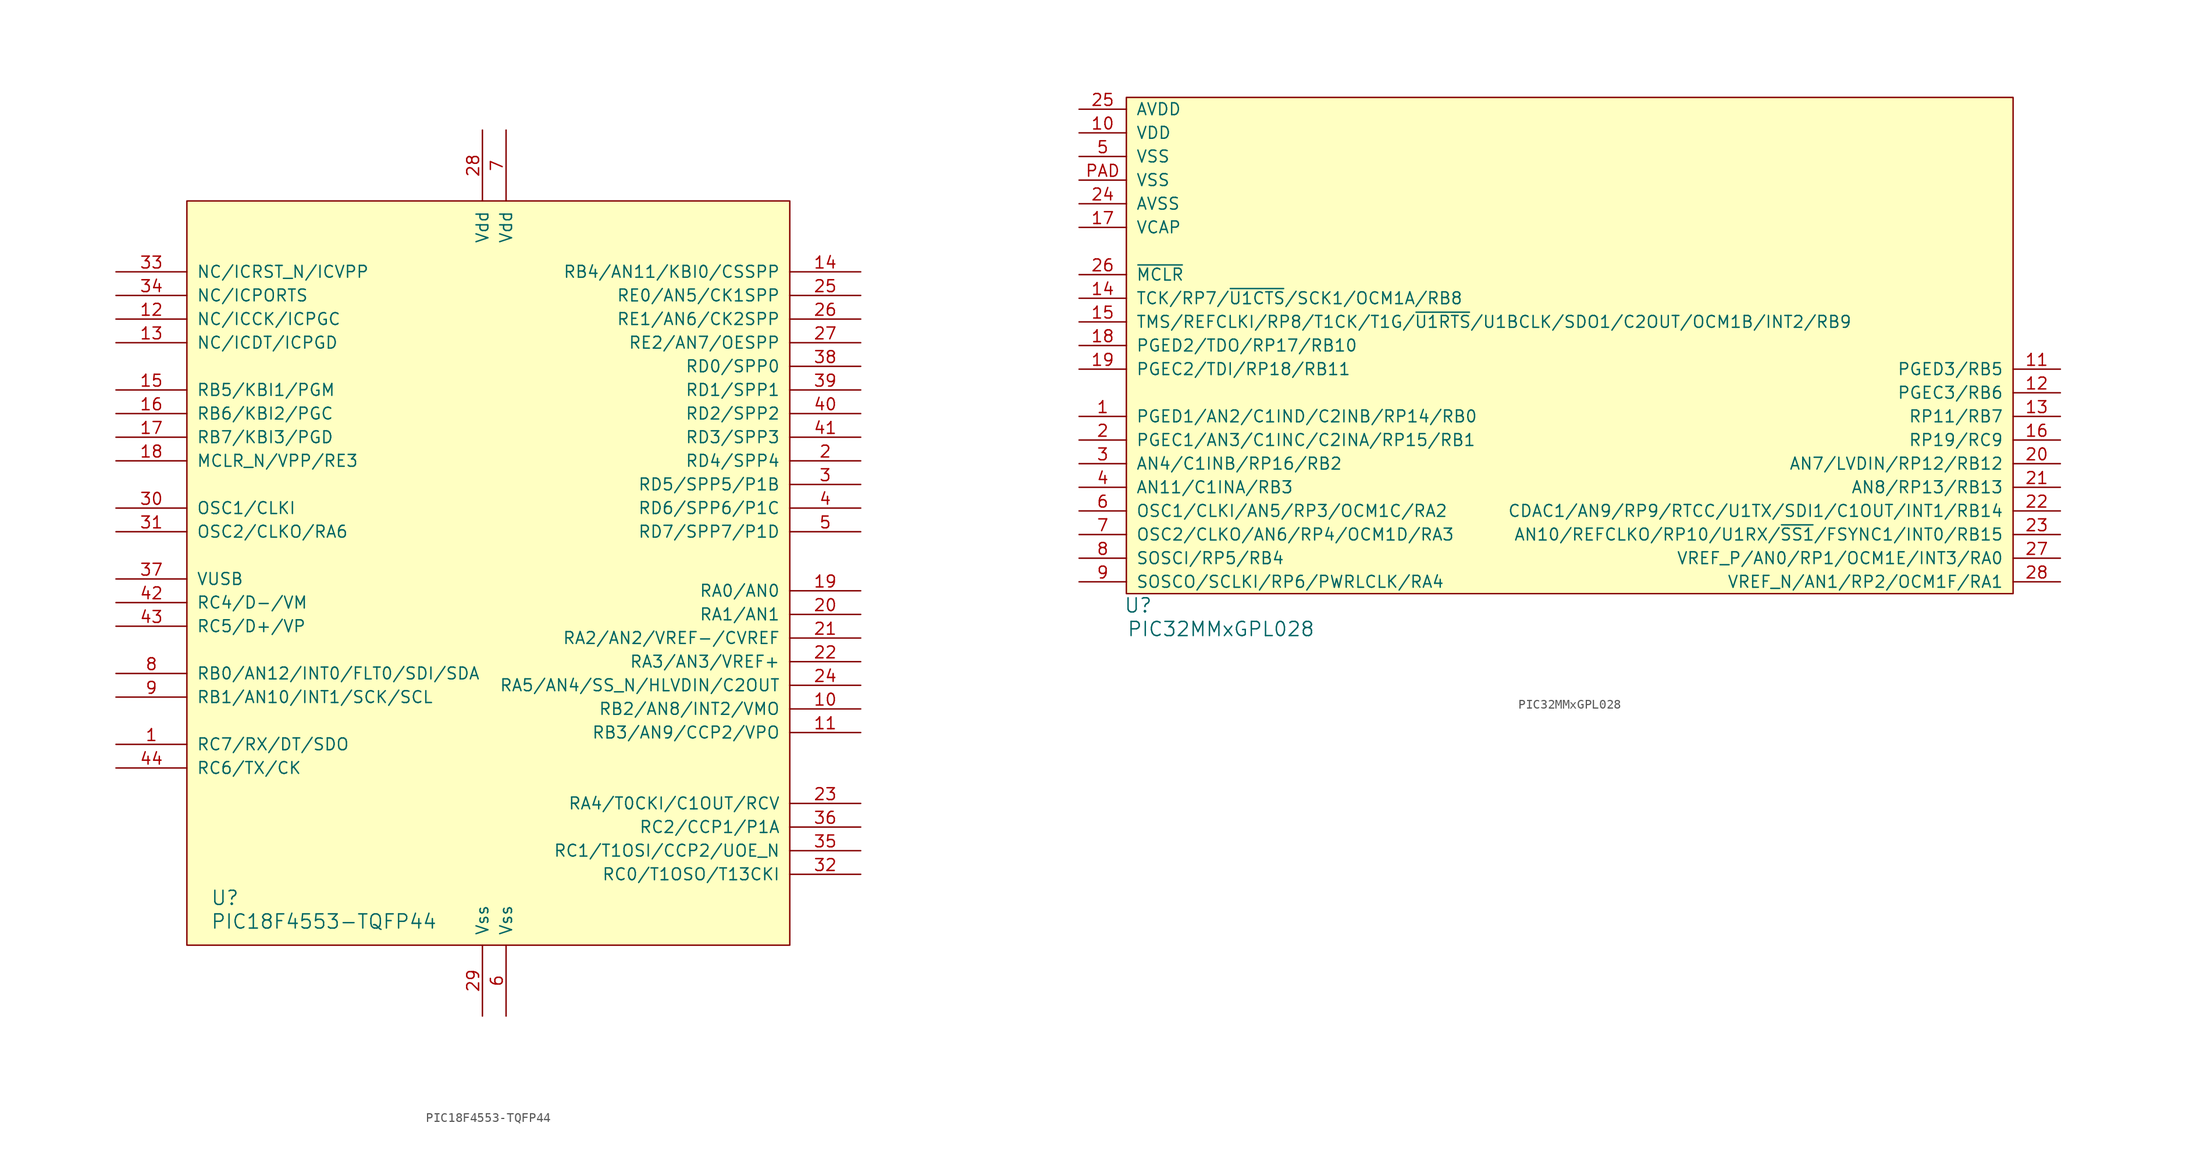
<source format=kicad_sym>
(kicad_symbol_lib
  (version 20211014)
  (generator kicad_symbol_editor)
  (symbol "PIC18F4553-TQFP44"
    (pin_names
      (offset 1.016))
    (property "Reference" "U"
      (at -30.48 -41.91 0)
      (effects (font (size 1.524 1.524)) (justify left)))
    (property "Value" "PIC18F4553-TQFP44"
      (at -30.48 -44.45 0)
      (effects (font (size 1.524 1.524)) (justify left)))
    (symbol "PIC18F4553-TQFP44_0_1"
      (rectangle (start -33.02 33.02) (end 31.75 -46.99) (stroke (width 0) (type default) (color 0 0 0 0)) (fill (type background))))
    (symbol "PIC18F4553-TQFP44_1_1"
      (pin bidirectional line (at -40.64 -25.4 0) (length 7.62) (name "RC7/RX/DT/SDO" (effects (font (size 1.27 1.27)))) (number "1" (effects (font (size 1.27 1.27)))))
      (pin bidirectional line (at 39.37 -21.59 180) (length 7.62) (name "RB2/AN8/INT2/VMO" (effects (font (size 1.27 1.27)))) (number "10" (effects (font (size 1.27 1.27)))))
      (pin bidirectional line (at 39.37 -24.13 180) (length 7.62) (name "RB3/AN9/CCP2/VPO" (effects (font (size 1.27 1.27)))) (number "11" (effects (font (size 1.27 1.27)))))
      (pin bidirectional line (at -40.64 20.32 0) (length 7.62) (name "NC/ICCK/ICPGC" (effects (font (size 1.27 1.27)))) (number "12" (effects (font (size 1.27 1.27)))))
      (pin bidirectional line (at -40.64 17.78 0) (length 7.62) (name "NC/ICDT/ICPGD" (effects (font (size 1.27 1.27)))) (number "13" (effects (font (size 1.27 1.27)))))
      (pin bidirectional line (at 39.37 25.4 180) (length 7.62) (name "RB4/AN11/KBI0/CSSPP" (effects (font (size 1.27 1.27)))) (number "14" (effects (font (size 1.27 1.27)))))
      (pin bidirectional line (at -40.64 12.7 0) (length 7.62) (name "RB5/KBI1/PGM" (effects (font (size 1.27 1.27)))) (number "15" (effects (font (size 1.27 1.27)))))
      (pin bidirectional line (at -40.64 10.16 0) (length 7.62) (name "RB6/KBI2/PGC" (effects (font (size 1.27 1.27)))) (number "16" (effects (font (size 1.27 1.27)))))
      (pin bidirectional line (at -40.64 7.62 0) (length 7.62) (name "RB7/KBI3/PGD" (effects (font (size 1.27 1.27)))) (number "17" (effects (font (size 1.27 1.27)))))
      (pin bidirectional line (at -40.64 5.08 0) (length 7.62) (name "MCLR_N/VPP/RE3" (effects (font (size 1.27 1.27)))) (number "18" (effects (font (size 1.27 1.27)))))
      (pin bidirectional line (at 39.37 -8.89 180) (length 7.62) (name "RA0/AN0" (effects (font (size 1.27 1.27)))) (number "19" (effects (font (size 1.27 1.27)))))
      (pin bidirectional line (at 39.37 5.08 180) (length 7.62) (name "RD4/SPP4" (effects (font (size 1.27 1.27)))) (number "2" (effects (font (size 1.27 1.27)))))
      (pin bidirectional line (at 39.37 -11.43 180) (length 7.62) (name "RA1/AN1" (effects (font (size 1.27 1.27)))) (number "20" (effects (font (size 1.27 1.27)))))
      (pin bidirectional line (at 39.37 -13.97 180) (length 7.62) (name "RA2/AN2/VREF-/CVREF" (effects (font (size 1.27 1.27)))) (number "21" (effects (font (size 1.27 1.27)))))
      (pin bidirectional line (at 39.37 -16.51 180) (length 7.62) (name "RA3/AN3/VREF+" (effects (font (size 1.27 1.27)))) (number "22" (effects (font (size 1.27 1.27)))))
      (pin bidirectional line (at 39.37 -31.75 180) (length 7.62) (name "RA4/T0CKI/C1OUT/RCV" (effects (font (size 1.27 1.27)))) (number "23" (effects (font (size 1.27 1.27)))))
      (pin bidirectional line (at 39.37 -19.05 180) (length 7.62) (name "RA5/AN4/SS_N/HLVDIN/C2OUT" (effects (font (size 1.27 1.27)))) (number "24" (effects (font (size 1.27 1.27)))))
      (pin bidirectional line (at 39.37 22.86 180) (length 7.62) (name "RE0/AN5/CK1SPP" (effects (font (size 1.27 1.27)))) (number "25" (effects (font (size 1.27 1.27)))))
      (pin bidirectional line (at 39.37 20.32 180) (length 7.62) (name "RE1/AN6/CK2SPP" (effects (font (size 1.27 1.27)))) (number "26" (effects (font (size 1.27 1.27)))))
      (pin bidirectional line (at 39.37 17.78 180) (length 7.62) (name "RE2/AN7/OESPP" (effects (font (size 1.27 1.27)))) (number "27" (effects (font (size 1.27 1.27)))))
      (pin power_in line (at -1.27 40.64 270) (length 7.62) (name "Vdd" (effects (font (size 1.27 1.27)))) (number "28" (effects (font (size 1.27 1.27)))))
      (pin power_in line (at -1.27 -54.61 90) (length 7.62) (name "Vss" (effects (font (size 1.27 1.27)))) (number "29" (effects (font (size 1.27 1.27)))))
      (pin bidirectional line (at 39.37 2.54 180) (length 7.62) (name "RD5/SPP5/P1B" (effects (font (size 1.27 1.27)))) (number "3" (effects (font (size 1.27 1.27)))))
      (pin bidirectional line (at -40.64 0 0) (length 7.62) (name "OSC1/CLKI" (effects (font (size 1.27 1.27)))) (number "30" (effects (font (size 1.27 1.27)))))
      (pin bidirectional line (at -40.64 -2.54 0) (length 7.62) (name "OSC2/CLKO/RA6" (effects (font (size 1.27 1.27)))) (number "31" (effects (font (size 1.27 1.27)))))
      (pin bidirectional line (at 39.37 -39.37 180) (length 7.62) (name "RC0/T1OSO/T13CKI" (effects (font (size 1.27 1.27)))) (number "32" (effects (font (size 1.27 1.27)))))
      (pin bidirectional line (at -40.64 25.4 0) (length 7.62) (name "NC/ICRST_N/ICVPP" (effects (font (size 1.27 1.27)))) (number "33" (effects (font (size 1.27 1.27)))))
      (pin bidirectional line (at -40.64 22.86 0) (length 7.62) (name "NC/ICPORTS" (effects (font (size 1.27 1.27)))) (number "34" (effects (font (size 1.27 1.27)))))
      (pin bidirectional line (at 39.37 -36.83 180) (length 7.62) (name "RC1/T1OSI/CCP2/UOE_N" (effects (font (size 1.27 1.27)))) (number "35" (effects (font (size 1.27 1.27)))))
      (pin bidirectional line (at 39.37 -34.29 180) (length 7.62) (name "RC2/CCP1/P1A" (effects (font (size 1.27 1.27)))) (number "36" (effects (font (size 1.27 1.27)))))
      (pin power_in line (at -40.64 -7.62 0) (length 7.62) (name "VUSB" (effects (font (size 1.27 1.27)))) (number "37" (effects (font (size 1.27 1.27)))))
      (pin bidirectional line (at 39.37 15.24 180) (length 7.62) (name "RD0/SPP0" (effects (font (size 1.27 1.27)))) (number "38" (effects (font (size 1.27 1.27)))))
      (pin bidirectional line (at 39.37 12.7 180) (length 7.62) (name "RD1/SPP1" (effects (font (size 1.27 1.27)))) (number "39" (effects (font (size 1.27 1.27)))))
      (pin bidirectional line (at 39.37 0 180) (length 7.62) (name "RD6/SPP6/P1C" (effects (font (size 1.27 1.27)))) (number "4" (effects (font (size 1.27 1.27)))))
      (pin bidirectional line (at 39.37 10.16 180) (length 7.62) (name "RD2/SPP2" (effects (font (size 1.27 1.27)))) (number "40" (effects (font (size 1.27 1.27)))))
      (pin bidirectional line (at 39.37 7.62 180) (length 7.62) (name "RD3/SPP3" (effects (font (size 1.27 1.27)))) (number "41" (effects (font (size 1.27 1.27)))))
      (pin bidirectional line (at -40.64 -10.16 0) (length 7.62) (name "RC4/D-/VM" (effects (font (size 1.27 1.27)))) (number "42" (effects (font (size 1.27 1.27)))))
      (pin bidirectional line (at -40.64 -12.7 0) (length 7.62) (name "RC5/D+/VP" (effects (font (size 1.27 1.27)))) (number "43" (effects (font (size 1.27 1.27)))))
      (pin bidirectional line (at -40.64 -27.94 0) (length 7.62) (name "RC6/TX/CK" (effects (font (size 1.27 1.27)))) (number "44" (effects (font (size 1.27 1.27)))))
      (pin bidirectional line (at 39.37 -2.54 180) (length 7.62) (name "RD7/SPP7/P1D" (effects (font (size 1.27 1.27)))) (number "5" (effects (font (size 1.27 1.27)))))
      (pin power_in line (at 1.27 -54.61 90) (length 7.62) (name "Vss" (effects (font (size 1.27 1.27)))) (number "6" (effects (font (size 1.27 1.27)))))
      (pin power_in line (at 1.27 40.64 270) (length 7.62) (name "Vdd" (effects (font (size 1.27 1.27)))) (number "7" (effects (font (size 1.27 1.27)))))
      (pin bidirectional line (at -40.64 -17.78 0) (length 7.62) (name "RB0/AN12/INT0/FLT0/SDI/SDA" (effects (font (size 1.27 1.27)))) (number "8" (effects (font (size 1.27 1.27)))))
      (pin bidirectional line (at -40.64 -20.32 0) (length 7.62) (name "RB1/AN10/INT1/SCK/SCL" (effects (font (size 1.27 1.27)))) (number "9" (effects (font (size 1.27 1.27)))))))
  (symbol "PIC32MMxGPL028"
    (pin_names
      (offset 1.016))
    (property "Reference" "U"
      (at 1.27 -1.27 0)
      (effects (font (size 1.524 1.524))))
    (property "Value" "PIC32MMxGPL028"
      (at 10.16 -3.81 0)
      (effects (font (size 1.524 1.524))))
    (symbol "PIC32MMxGPL028_0_1"
      (rectangle (start 0 53.34) (end 95.25 0) (stroke (width 0) (type default) (color 0 0 0 0)) (fill (type background))))
    (symbol "PIC32MMxGPL028_1_1"
      (pin bidirectional line (at -5.08 19.05 0) (length 5.08) (name "PGED1/AN2/C1IND/C2INB/RP14/RB0" (effects (font (size 1.27 1.27)))) (number "1" (effects (font (size 1.27 1.27)))))
      (pin power_in line (at -5.08 49.53 0) (length 5.08) (name "VDD" (effects (font (size 1.27 1.27)))) (number "10" (effects (font (size 1.27 1.27)))))
      (pin bidirectional line (at 100.33 24.13 180) (length 5.08) (name "PGED3/RB5" (effects (font (size 1.27 1.27)))) (number "11" (effects (font (size 1.27 1.27)))))
      (pin bidirectional line (at 100.33 21.59 180) (length 5.08) (name "PGEC3/RB6" (effects (font (size 1.27 1.27)))) (number "12" (effects (font (size 1.27 1.27)))))
      (pin bidirectional line (at 100.33 19.05 180) (length 5.08) (name "RP11/RB7" (effects (font (size 1.27 1.27)))) (number "13" (effects (font (size 1.27 1.27)))))
      (pin bidirectional line (at -5.08 31.75 0) (length 5.08) (name "TCK/RP7/~{U1CTS}/SCK1/OCM1A/RB8" (effects (font (size 1.27 1.27)))) (number "14" (effects (font (size 1.27 1.27)))))
      (pin bidirectional line (at -5.08 29.21 0) (length 5.08) (name "TMS/REFCLKI/RP8/T1CK/T1G/~{U1RTS}/U1BCLK/SDO1/C2OUT/OCM1B/INT2/RB9" (effects (font (size 1.27 1.27)))) (number "15" (effects (font (size 1.27 1.27)))))
      (pin bidirectional line (at 100.33 16.51 180) (length 5.08) (name "RP19/RC9" (effects (font (size 1.27 1.27)))) (number "16" (effects (font (size 1.27 1.27)))))
      (pin passive line (at -5.08 39.37 0) (length 5.08) (name "VCAP" (effects (font (size 1.27 1.27)))) (number "17" (effects (font (size 1.27 1.27)))))
      (pin bidirectional line (at -5.08 26.67 0) (length 5.08) (name "PGED2/TDO/RP17/RB10" (effects (font (size 1.27 1.27)))) (number "18" (effects (font (size 1.27 1.27)))))
      (pin bidirectional line (at -5.08 24.13 0) (length 5.08) (name "PGEC2/TDI/RP18/RB11" (effects (font (size 1.27 1.27)))) (number "19" (effects (font (size 1.27 1.27)))))
      (pin bidirectional line (at -5.08 16.51 0) (length 5.08) (name "PGEC1/AN3/C1INC/C2INA/RP15/RB1" (effects (font (size 1.27 1.27)))) (number "2" (effects (font (size 1.27 1.27)))))
      (pin bidirectional line (at 100.33 13.97 180) (length 5.08) (name "AN7/LVDIN/RP12/RB12" (effects (font (size 1.27 1.27)))) (number "20" (effects (font (size 1.27 1.27)))))
      (pin bidirectional line (at 100.33 11.43 180) (length 5.08) (name "AN8/RP13/RB13" (effects (font (size 1.27 1.27)))) (number "21" (effects (font (size 1.27 1.27)))))
      (pin bidirectional line (at 100.33 8.89 180) (length 5.08) (name "CDAC1/AN9/RP9/RTCC/U1TX/SDI1/C1OUT/INT1/RB14" (effects (font (size 1.27 1.27)))) (number "22" (effects (font (size 1.27 1.27)))))
      (pin bidirectional line (at 100.33 6.35 180) (length 5.08) (name "AN10/REFCLKO/RP10/U1RX/~{SS1}/FSYNC1/INT0/RB15" (effects (font (size 1.27 1.27)))) (number "23" (effects (font (size 1.27 1.27)))))
      (pin power_in line (at -5.08 41.91 0) (length 5.08) (name "AVSS" (effects (font (size 1.27 1.27)))) (number "24" (effects (font (size 1.27 1.27)))))
      (pin power_in line (at -5.08 52.07 0) (length 5.08) (name "AVDD" (effects (font (size 1.27 1.27)))) (number "25" (effects (font (size 1.27 1.27)))))
      (pin input line (at -5.08 34.29 0) (length 5.08) (name "~{MCLR}" (effects (font (size 1.27 1.27)))) (number "26" (effects (font (size 1.27 1.27)))))
      (pin bidirectional line (at 100.33 3.81 180) (length 5.08) (name "VREF_P/AN0/RP1/OCM1E/INT3/RA0" (effects (font (size 1.27 1.27)))) (number "27" (effects (font (size 1.27 1.27)))))
      (pin bidirectional line (at 100.33 1.27 180) (length 5.08) (name "VREF_N/AN1/RP2/OCM1F/RA1" (effects (font (size 1.27 1.27)))) (number "28" (effects (font (size 1.27 1.27)))))
      (pin bidirectional line (at -5.08 13.97 0) (length 5.08) (name "AN4/C1INB/RP16/RB2" (effects (font (size 1.27 1.27)))) (number "3" (effects (font (size 1.27 1.27)))))
      (pin bidirectional line (at -5.08 11.43 0) (length 5.08) (name "AN11/C1INA/RB3" (effects (font (size 1.27 1.27)))) (number "4" (effects (font (size 1.27 1.27)))))
      (pin power_in line (at -5.08 46.99 0) (length 5.08) (name "VSS" (effects (font (size 1.27 1.27)))) (number "5" (effects (font (size 1.27 1.27)))))
      (pin bidirectional line (at -5.08 8.89 0) (length 5.08) (name "OSC1/CLKI/AN5/RP3/OCM1C/RA2" (effects (font (size 1.27 1.27)))) (number "6" (effects (font (size 1.27 1.27)))))
      (pin bidirectional line (at -5.08 6.35 0) (length 5.08) (name "OSC2/CLKO/AN6/RP4/OCM1D/RA3" (effects (font (size 1.27 1.27)))) (number "7" (effects (font (size 1.27 1.27)))))
      (pin bidirectional line (at -5.08 3.81 0) (length 5.08) (name "SOSCI/RP5/RB4" (effects (font (size 1.27 1.27)))) (number "8" (effects (font (size 1.27 1.27)))))
      (pin bidirectional line (at -5.08 1.27 0) (length 5.08) (name "SOSCO/SCLKI/RP6/PWRLCLK/RA4" (effects (font (size 1.27 1.27)))) (number "9" (effects (font (size 1.27 1.27)))))
      (pin power_in line (at -5.08 44.45 0) (length 5.08) (name "VSS" (effects (font (size 1.27 1.27)))) (number "PAD" (effects (font (size 1.27 1.27))))))))
</source>
